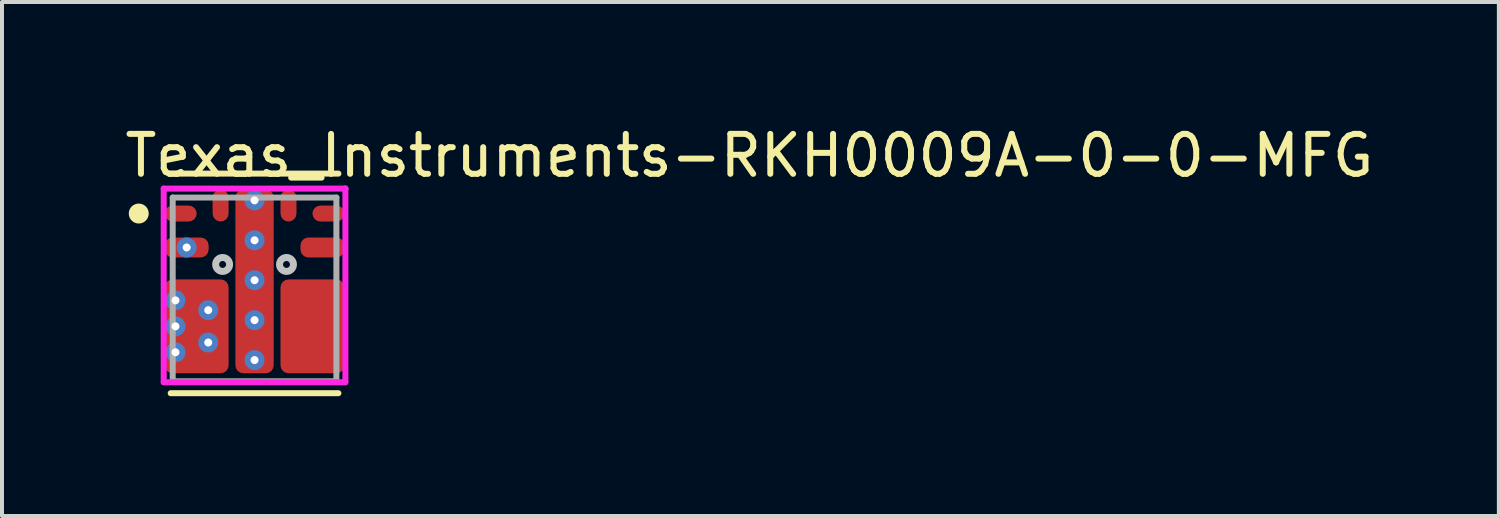
<source format=kicad_pcb>
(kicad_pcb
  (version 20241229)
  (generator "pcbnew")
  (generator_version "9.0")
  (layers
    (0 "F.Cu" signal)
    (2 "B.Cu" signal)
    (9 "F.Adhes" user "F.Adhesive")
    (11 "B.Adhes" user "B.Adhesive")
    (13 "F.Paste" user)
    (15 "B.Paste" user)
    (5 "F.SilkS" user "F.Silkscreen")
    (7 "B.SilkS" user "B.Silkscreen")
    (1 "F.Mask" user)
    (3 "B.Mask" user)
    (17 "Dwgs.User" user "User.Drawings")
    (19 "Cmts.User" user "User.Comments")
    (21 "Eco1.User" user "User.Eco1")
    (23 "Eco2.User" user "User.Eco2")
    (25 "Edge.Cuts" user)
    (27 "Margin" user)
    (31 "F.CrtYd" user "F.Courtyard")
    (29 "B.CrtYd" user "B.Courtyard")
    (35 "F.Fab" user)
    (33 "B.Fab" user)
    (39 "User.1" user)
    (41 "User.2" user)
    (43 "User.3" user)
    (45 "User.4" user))
  (footprint "Texas_Instruments-RKH0009A-0-0-MFG"
    (layer "F.Cu")
    (at 3.325 4.198)
    (property "Reference" "Texas_Instruments-RKH0009A-0-0-MFG" (at -3.325 -3.35 0) (layer "F.SilkS") (effects (font (size 1 1) (thickness 0.15)) (justify left)))
    (attr through_hole)
    (fp_line (start -2.1 2.6) (end 2.1 2.6) (stroke (width 0.15) (type solid)) (layer "F.SilkS"))
    (fp_line (start 2.1 -2.9) (end -2.1 -2.9) (stroke (width 0.15) (type solid)) (layer "F.SilkS"))
    (fp_circle (center -2.9 -1.9) (end -2.775 -1.9) (stroke (width 0.25) (type solid)) (fill no) (layer "F.SilkS"))
    (fp_circle (center -0.8 -0.625) (end -0.713 -0.625) (stroke (width 0.175) (type solid)) (fill no) (layer "Dwgs.User"))
    (fp_circle (center 0.8 -0.625) (end 0.887 -0.625) (stroke (width 0.175) (type solid)) (fill no) (layer "Dwgs.User"))
    (fp_line (start -2.275 -2.525) (end -2.275 2.325) (stroke (width 0.15) (type solid)) (layer "F.CrtYd"))
    (fp_line (start -2.275 2.325) (end 2.275 2.325) (stroke (width 0.15) (type solid)) (layer "F.CrtYd"))
    (fp_line (start 2.275 -2.525) (end -2.275 -2.525) (stroke (width 0.15) (type solid)) (layer "F.CrtYd"))
    (fp_line (start 2.275 -2.525) (end 2.275 -2.525) (stroke (width 0.15) (type solid)) (layer "F.CrtYd"))
    (fp_line (start 2.275 2.325) (end 2.275 -2.525) (stroke (width 0.15) (type solid)) (layer "F.CrtYd"))
    (fp_line (start -2.05 -2.3) (end 2.05 -2.3) (stroke (width 0.15) (type solid)) (layer "F.Fab"))
    (fp_line (start -2.05 2.3) (end -2.05 -2.3) (stroke (width 0.15) (type solid)) (layer "F.Fab"))
    (fp_line (start 2.05 -2.3) (end 2.05 2.3) (stroke (width 0.15) (type solid)) (layer "F.Fab"))
    (fp_line (start 2.05 2.3) (end -2.05 2.3) (stroke (width 0.15) (type solid)) (layer "F.Fab"))
    (pad "" smd custom (at -2.038 0.6) (size 0.2 0.2) (layers "F.Mask") (options (anchor circle)) (primitives (gr_poly (pts (xy -0.113 -0.8) (xy -0.113 -0.8) (xy -0.116 -0.8) (xy -0.12 -0.799) (xy -0.124 -0.799) (xy -0.128 -0.798) (xy -0.132 -0.796) (xy -0.135 -0.795) (xy -0.139 -0.793) (xy -0.142 -0.79) (xy -0.145 -0.788) (xy -0.148 -0.785) (xy -0.151 -0.782) (xy -0.153 -0.779) (xy -0.155 -0.776) (xy -0.157 -0.773) (xy -0.159 -0.769) (xy -0.16 -0.765) (xy -0.161 -0.762) (xy -0.162 -0.758) (xy -0.162 -0.754) (xy -0.163 -0.75) (xy -0.163 -0.55) (xy -0.162 -0.546) (xy -0.162 -0.542) (xy -0.161 -0.538) (xy -0.16 -0.535) (xy -0.159 -0.531) (xy -0.157 -0.527) (xy -0.155 -0.524) (xy -0.153 -0.521) (xy -0.151 -0.518) (xy -0.148 -0.515) (xy -0.145 -0.512) (xy -0.142 -0.51) (xy -0.139 -0.507) (xy -0.135 -0.505) (xy -0.132 -0.504) (xy -0.128 -0.502) (xy -0.124 -0.501) (xy -0.12 -0.501) (xy -0.116 -0.5) (xy -0.113 -0.5) (xy 0.163 -0.5) (xy 0.166 -0.5) (xy 0.17 -0.499) (xy 0.174 -0.499) (xy 0.178 -0.498) (xy 0.182 -0.496) (xy 0.185 -0.495) (xy 0.189 -0.493) (xy 0.192 -0.49) (xy 0.195 -0.488) (xy 0.198 -0.485) (xy 0.201 -0.482) (xy 0.203 -0.479) (xy 0.205 -0.476) (xy 0.207 -0.473) (xy 0.209 -0.469) (xy 0.21 -0.465) (xy 0.211 -0.462) (xy 0.212 -0.458) (xy 0.212 -0.454) (xy 0.212 -0.45) (xy 0.212 -0.2) (xy 0.212 -0.196) (xy 0.212 -0.192) (xy 0.211 -0.188) (xy 0.21 -0.185) (xy 0.209 -0.181) (xy 0.207 -0.177) (xy 0.205 -0.174) (xy 0.203 -0.171) (xy 0.201 -0.168) (xy 0.198 -0.165) (xy 0.195 -0.162) (xy 0.192 -0.16) (xy 0.189 -0.157) (xy 0.185 -0.155) (xy 0.182 -0.154) (xy 0.178 -0.152) (xy 0.174 -0.151) (xy 0.17 -0.151) (xy 0.166 -0.15) (xy 0.163 -0.15) (xy -0.113 -0.15) (xy -0.116 -0.15) (xy -0.12 -0.149) (xy -0.124 -0.149) (xy -0.128 -0.148) (xy -0.132 -0.146) (xy -0.135 -0.145) (xy -0.139 -0.143) (xy -0.142 -0.14) (xy -0.145 -0.138) (xy -0.148 -0.135) (xy -0.151 -0.132) (xy -0.153 -0.129) (xy -0.155 -0.126) (xy -0.157 -0.123) (xy -0.159 -0.119) (xy -0.16 -0.115) (xy -0.161 -0.112) (xy -0.162 -0.108) (xy -0.162 -0.104) (xy -0.163 -0.1) (xy -0.163 0.1) (xy -0.162 0.104) (xy -0.162 0.108) (xy -0.161 0.112) (xy -0.16 0.115) (xy -0.159 0.119) (xy -0.157 0.123) (xy -0.155 0.126) (xy -0.153 0.129) (xy -0.151 0.132) (xy -0.148 0.135) (xy -0.145 0.138) (xy -0.142 0.14) (xy -0.139 0.143) (xy -0.135 0.145) (xy -0.132 0.146) (xy -0.128 0.148) (xy -0.124 0.149) (xy -0.12 0.149) (xy -0.116 0.15) (xy -0.113 0.15) (xy 0.163 0.15) (xy 0.166 0.15) (xy 0.17 0.151) (xy 0.174 0.151) (xy 0.178 0.152) (xy 0.182 0.154) (xy 0.185 0.155) (xy 0.189 0.157) (xy 0.192 0.16) (xy 0.195 0.162) (xy 0.198 0.165) (xy 0.201 0.168) (xy 0.203 0.171) (xy 0.205 0.174) (xy 0.207 0.177) (xy 0.209 0.181) (xy 0.21 0.185) (xy 0.211 0.188) (xy 0.212 0.192) (xy 0.212 0.196) (xy 0.212 0.2) (xy 0.212 0.45) (xy 0.212 0.454) (xy 0.212 0.458) (xy 0.211 0.462) (xy 0.21 0.465) (xy 0.209 0.469) (xy 0.207 0.473) (xy 0.205 0.476) (xy 0.203 0.479) (xy 0.201 0.482) (xy 0.198 0.485) (xy 0.195 0.488) (xy 0.192 0.49) (xy 0.189 0.493) (xy 0.185 0.495) (xy 0.182 0.496) (xy 0.178 0.498) (xy 0.174 0.499) (xy 0.17 0.499) (xy 0.166 0.5) (xy 0.163 0.5) (xy -0.113 0.5) (xy -0.116 0.5) (xy -0.12 0.501) (xy -0.124 0.501) (xy -0.128 0.502) (xy -0.132 0.504) (xy -0.135 0.505) (xy -0.139 0.507) (xy -0.142 0.51) (xy -0.145 0.512) (xy -0.148 0.515) (xy -0.151 0.518) (xy -0.153 0.521) (xy -0.155 0.524) (xy -0.157 0.527) (xy -0.159 0.531) (xy -0.16 0.535) (xy -0.161 0.538) (xy -0.162 0.542) (xy -0.162 0.546) (xy -0.163 0.55) (xy -0.163 0.75) (xy -0.162 0.754) (xy -0.162 0.758) (xy -0.161 0.762) (xy -0.16 0.765) (xy -0.159 0.769) (xy -0.157 0.773) (xy -0.155 0.776) (xy -0.153 0.779) (xy -0.151 0.782) (xy -0.148 0.785) (xy -0.145 0.788) (xy -0.142 0.79) (xy -0.139 0.793) (xy -0.135 0.795) (xy -0.132 0.796) (xy -0.128 0.798) (xy -0.124 0.799) (xy -0.12 0.799) (xy -0.116 0.8) (xy -0.113 0.8) (xy 0.163 0.8) (xy 0.166 0.8) (xy 0.17 0.801) (xy 0.174 0.801) (xy 0.178 0.802) (xy 0.182 0.804) (xy 0.185 0.805) (xy 0.189 0.807) (xy 0.192 0.81) (xy 0.195 0.812) (xy 0.198 0.815) (xy 0.201 0.818) (xy 0.203 0.821) (xy 0.205 0.824) (xy 0.207 0.827) (xy 0.209 0.831) (xy 0.21 0.835) (xy 0.211 0.838) (xy 0.212 0.842) (xy 0.212 0.846) (xy 0.212 0.85) (xy 0.212 1.1) (xy 0.212 1.104) (xy 0.212 1.108) (xy 0.211 1.112) (xy 0.21 1.115) (xy 0.209 1.119) (xy 0.207 1.123) (xy 0.205 1.126) (xy 0.203 1.129) (xy 0.201 1.132) (xy 0.198 1.135) (xy 0.195 1.138) (xy 0.192 1.14) (xy 0.189 1.143) (xy 0.185 1.145) (xy 0.182 1.146) (xy 0.178 1.148) (xy 0.174 1.149) (xy 0.17 1.149) (xy 0.166 1.15) (xy 0.163 1.15) (xy -0.113 1.15) (xy -0.116 1.15) (xy -0.12 1.151) (xy -0.124 1.151) (xy -0.128 1.152) (xy -0.132 1.154) (xy -0.135 1.155) (xy -0.139 1.157) (xy -0.142 1.16) (xy -0.145 1.162) (xy -0.148 1.165) (xy -0.151 1.168) (xy -0.153 1.171) (xy -0.155 1.174) (xy -0.157 1.177) (xy -0.159 1.181) (xy -0.16 1.185) (xy -0.161 1.188) (xy -0.162 1.192) (xy -0.162 1.196) (xy -0.163 1.2) (xy -0.162 1.4) (xy -0.162 1.404) (xy -0.162 1.408) (xy -0.161 1.412) (xy -0.16 1.415) (xy -0.159 1.419) (xy -0.157 1.423) (xy -0.155 1.426) (xy -0.153 1.429) (xy -0.151 1.432) (xy -0.148 1.435) (xy -0.145 1.438) (xy -0.142 1.44) (xy -0.139 1.443) (xy -0.135 1.445) (xy -0.132 1.446) (xy -0.128 1.448) (xy -0.124 1.449) (xy -0.12 1.449) (xy -0.116 1.45) (xy -0.113 1.45) (xy 1.288 1.45) (xy 1.291 1.45) (xy 1.295 1.449) (xy 1.299 1.449) (xy 1.303 1.448) (xy 1.307 1.446) (xy 1.31 1.445) (xy 1.314 1.443) (xy 1.317 1.44) (xy 1.32 1.438) (xy 1.323 1.435) (xy 1.326 1.432) (xy 1.328 1.429) (xy 1.33 1.426) (xy 1.332 1.423) (xy 1.334 1.419) (xy 1.335 1.415) (xy 1.336 1.412) (xy 1.337 1.408) (xy 1.337 1.404) (xy 1.337 1.4) (xy 1.337 -0.75) (xy 1.337 -0.754) (xy 1.337 -0.758) (xy 1.336 -0.762) (xy 1.335 -0.765) (xy 1.334 -0.769) (xy 1.332 -0.773) (xy 1.33 -0.776) (xy 1.328 -0.779) (xy 1.326 -0.782) (xy 1.323 -0.785) (xy 1.32 -0.788) (xy 1.317 -0.79) (xy 1.314 -0.793) (xy 1.31 -0.795) (xy 1.307 -0.796) (xy 1.303 -0.798) (xy 1.299 -0.799) (xy 1.295 -0.799) (xy 1.291 -0.8) (xy 1.288 -0.8) (xy -0.113 -0.8)) (width 0) (fill yes))))
    (pad "" smd roundrect (at -2.013 -0.05) (size 0.375 0.3) (layers "F.Paste") (roundrect_rratio 0.333))
    (pad "" smd roundrect (at -2.013 0.6) (size 0.375 0.3) (layers "F.Paste") (roundrect_rratio 0.333))
    (pad "" smd roundrect (at -2.013 1.25) (size 0.375 0.3) (layers "F.Paste") (roundrect_rratio 0.333))
    (pad "" smd roundrect (at -2.013 1.9) (size 0.375 0.3) (layers "F.Paste") (roundrect_rratio 0.333))
    (pad "" smd roundrect (at -1.85 -1.9) (size 0.7 0.3) (layers "F.Mask" "F.Paste") (roundrect_rratio 0.333))
    (pad "" smd roundrect (at -1.7 -1.05) (size 1 0.4) (layers "F.Mask" "F.Paste") (roundrect_rratio 0.25))
    (pad "" smd roundrect (at -1.165 0.115) (size 0.92 0.61) (layers "F.Paste") (roundrect_rratio 0.164))
    (pad "" smd roundrect (at -1.165 0.925) (size 0.92 0.61) (layers "F.Paste") (roundrect_rratio 0.164))
    (pad "" smd roundrect (at -1.165 1.735) (size 0.92 0.61) (layers "F.Paste") (roundrect_rratio 0.164))
    (pad "" smd roundrect (at -0.85 -2.1) (size 0.3 0.7) (layers "F.Mask" "F.Paste") (roundrect_rratio 0.333))
    (pad "" smd roundrect (at 0 -1.95) (size 0.4 1) (layers "F.Mask" "F.Paste") (roundrect_rratio 0.25))
    (pad "" smd roundrect (at 0.85 -2.1) (size 0.3 0.7) (layers "F.Mask" "F.Paste") (roundrect_rratio 0.333))
    (pad "" smd roundrect (at 1.165 0.115) (size 0.92 0.61) (layers "F.Paste") (roundrect_rratio 0.164))
    (pad "" smd roundrect (at 1.165 0.925) (size 0.92 0.61) (layers "F.Paste") (roundrect_rratio 0.164))
    (pad "" smd roundrect (at 1.165 1.735) (size 0.92 0.61) (layers "F.Paste") (roundrect_rratio 0.164))
    (pad "" smd custom (at 1.274 0.95) (size 0.2 0.2) (layers "F.Mask") (options (anchor circle)) (primitives (gr_poly (pts (xy 0.876 -1.15) (xy -0.524 -1.15) (xy -0.528 -1.15) (xy -0.532 -1.149) (xy -0.536 -1.149) (xy -0.54 -1.148) (xy -0.544 -1.146) (xy -0.547 -1.145) (xy -0.551 -1.143) (xy -0.554 -1.14) (xy -0.557 -1.138) (xy -0.56 -1.135) (xy -0.562 -1.132) (xy -0.565 -1.129) (xy -0.567 -1.126) (xy -0.569 -1.123) (xy -0.571 -1.119) (xy -0.572 -1.115) (xy -0.573 -1.112) (xy -0.574 -1.108) (xy -0.574 -1.104) (xy -0.574 -1.1) (xy -0.574 1.05) (xy -0.574 1.054) (xy -0.574 1.058) (xy -0.573 1.062) (xy -0.572 1.065) (xy -0.571 1.069) (xy -0.569 1.073) (xy -0.567 1.076) (xy -0.565 1.079) (xy -0.562 1.082) (xy -0.56 1.085) (xy -0.557 1.088) (xy -0.554 1.09) (xy -0.551 1.093) (xy -0.547 1.095) (xy -0.544 1.096) (xy -0.54 1.098) (xy -0.536 1.099) (xy -0.532 1.099) (xy -0.528 1.1) (xy -0.524 1.1) (xy 0.876 1.1) (xy 0.879 1.1) (xy 0.883 1.099) (xy 0.887 1.099) (xy 0.891 1.098) (xy 0.895 1.096) (xy 0.898 1.095) (xy 0.902 1.093) (xy 0.905 1.09) (xy 0.908 1.088) (xy 0.911 1.085) (xy 0.914 1.082) (xy 0.916 1.079) (xy 0.918 1.076) (xy 0.92 1.073) (xy 0.922 1.069) (xy 0.923 1.065) (xy 0.924 1.062) (xy 0.925 1.058) (xy 0.925 1.054) (xy 0.926 1.05) (xy 0.926 0.85) (xy 0.925 0.846) (xy 0.925 0.842) (xy 0.924 0.838) (xy 0.923 0.835) (xy 0.922 0.831) (xy 0.92 0.827) (xy 0.918 0.824) (xy 0.916 0.821) (xy 0.914 0.818) (xy 0.911 0.815) (xy 0.908 0.812) (xy 0.905 0.81) (xy 0.902 0.807) (xy 0.898 0.805) (xy 0.895 0.804) (xy 0.891 0.802) (xy 0.887 0.801) (xy 0.883 0.801) (xy 0.879 0.8) (xy 0.876 0.8) (xy 0.601 0.8) (xy 0.597 0.8) (xy 0.593 0.799) (xy 0.589 0.799) (xy 0.585 0.798) (xy 0.581 0.796) (xy 0.578 0.795) (xy 0.574 0.793) (xy 0.571 0.79) (xy 0.568 0.788) (xy 0.565 0.785) (xy 0.563 0.782) (xy 0.56 0.779) (xy 0.558 0.776) (xy 0.556 0.773) (xy 0.554 0.769) (xy 0.553 0.765) (xy 0.552 0.762) (xy 0.551 0.758) (xy 0.551 0.754) (xy 0.551 0.75) (xy 0.551 0.5) (xy 0.551 0.496) (xy 0.551 0.492) (xy 0.552 0.488) (xy 0.553 0.485) (xy 0.554 0.481) (xy 0.556 0.477) (xy 0.558 0.474) (xy 0.56 0.471) (xy 0.563 0.468) (xy 0.565 0.465) (xy 0.568 0.462) (xy 0.571 0.46) (xy 0.574 0.457) (xy 0.578 0.455) (xy 0.581 0.454) (xy 0.585 0.452) (xy 0.589 0.451) (xy 0.593 0.451) (xy 0.597 0.45) (xy 0.601 0.45) (xy 0.876 0.45) (xy 0.879 0.45) (xy 0.883 0.449) (xy 0.887 0.449) (xy 0.891 0.448) (xy 0.895 0.446) (xy 0.898 0.445) (xy 0.902 0.443) (xy 0.905 0.44) (xy 0.908 0.438) (xy 0.911 0.435) (xy 0.914 0.432) (xy 0.916 0.429) (xy 0.918 0.426) (xy 0.92 0.423) (xy 0.922 0.419) (xy 0.923 0.415) (xy 0.924 0.412) (xy 0.925 0.408) (xy 0.925 0.404) (xy 0.926 0.4) (xy 0.926 0.2) (xy 0.925 0.196) (xy 0.925 0.192) (xy 0.924 0.188) (xy 0.923 0.185) (xy 0.922 0.181) (xy 0.92 0.177) (xy 0.918 0.174) (xy 0.916 0.171) (xy 0.914 0.168) (xy 0.911 0.165) (xy 0.908 0.162) (xy 0.905 0.16) (xy 0.902 0.157) (xy 0.898 0.155) (xy 0.895 0.154) (xy 0.891 0.152) (xy 0.887 0.151) (xy 0.883 0.151) (xy 0.879 0.15) (xy 0.876 0.15) (xy 0.601 0.15) (xy 0.597 0.15) (xy 0.593 0.149) (xy 0.589 0.149) (xy 0.585 0.148) (xy 0.581 0.146) (xy 0.578 0.145) (xy 0.574 0.143) (xy 0.571 0.14) (xy 0.568 0.138) (xy 0.565 0.135) (xy 0.563 0.132) (xy 0.56 0.129) (xy 0.558 0.126) (xy 0.556 0.123) (xy 0.554 0.119) (xy 0.553 0.115) (xy 0.552 0.112) (xy 0.551 0.108) (xy 0.551 0.104) (xy 0.551 0.1) (xy 0.551 -0.15) (xy 0.551 -0.154) (xy 0.551 -0.158) (xy 0.552 -0.162) (xy 0.553 -0.165) (xy 0.554 -0.169) (xy 0.556 -0.173) (xy 0.558 -0.176) (xy 0.56 -0.179) (xy 0.563 -0.182) (xy 0.565 -0.185) (xy 0.568 -0.188) (xy 0.571 -0.19) (xy 0.574 -0.193) (xy 0.578 -0.195) (xy 0.581 -0.196) (xy 0.585 -0.198) (xy 0.589 -0.199) (xy 0.593 -0.199) (xy 0.597 -0.2) (xy 0.601 -0.2) (xy 0.876 -0.2) (xy 0.879 -0.2) (xy 0.883 -0.201) (xy 0.887 -0.201) (xy 0.891 -0.202) (xy 0.895 -0.204) (xy 0.898 -0.205) (xy 0.902 -0.207) (xy 0.905 -0.21) (xy 0.908 -0.212) (xy 0.911 -0.215) (xy 0.914 -0.218) (xy 0.916 -0.221) (xy 0.918 -0.224) (xy 0.92 -0.227) (xy 0.922 -0.231) (xy 0.923 -0.235) (xy 0.924 -0.238) (xy 0.925 -0.242) (xy 0.925 -0.246) (xy 0.926 -0.25) (xy 0.926 -0.45) (xy 0.925 -0.454) (xy 0.925 -0.458) (xy 0.924 -0.462) (xy 0.923 -0.465) (xy 0.922 -0.469) (xy 0.92 -0.473) (xy 0.918 -0.476) (xy 0.916 -0.479) (xy 0.914 -0.482) (xy 0.911 -0.485) (xy 0.908 -0.488) (xy 0.905 -0.49) (xy 0.902 -0.493) (xy 0.898 -0.495) (xy 0.895 -0.496) (xy 0.891 -0.498) (xy 0.887 -0.499) (xy 0.883 -0.499) (xy 0.879 -0.5) (xy 0.876 -0.5) (xy 0.601 -0.5) (xy 0.597 -0.5) (xy 0.593 -0.501) (xy 0.589 -0.501) (xy 0.585 -0.502) (xy 0.581 -0.504) (xy 0.578 -0.505) (xy 0.574 -0.507) (xy 0.571 -0.51) (xy 0.568 -0.512) (xy 0.565 -0.515) (xy 0.563 -0.518) (xy 0.56 -0.521) (xy 0.558 -0.524) (xy 0.556 -0.527) (xy 0.554 -0.531) (xy 0.553 -0.535) (xy 0.552 -0.538) (xy 0.551 -0.542) (xy 0.551 -0.546) (xy 0.551 -0.55) (xy 0.551 -0.8) (xy 0.551 -0.804) (xy 0.551 -0.808) (xy 0.552 -0.812) (xy 0.553 -0.815) (xy 0.554 -0.819) (xy 0.556 -0.823) (xy 0.558 -0.826) (xy 0.56 -0.829) (xy 0.563 -0.832) (xy 0.565 -0.835) (xy 0.568 -0.838) (xy 0.571 -0.84) (xy 0.574 -0.843) (xy 0.578 -0.845) (xy 0.581 -0.846) (xy 0.585 -0.848) (xy 0.589 -0.849) (xy 0.593 -0.849) (xy 0.597 -0.85) (xy 0.601 -0.85) (xy 0.876 -0.85) (xy 0.879 -0.85) (xy 0.883 -0.851) (xy 0.887 -0.851) (xy 0.891 -0.852) (xy 0.895 -0.854) (xy 0.898 -0.855) (xy 0.902 -0.857) (xy 0.905 -0.86) (xy 0.908 -0.862) (xy 0.911 -0.865) (xy 0.914 -0.868) (xy 0.916 -0.871) (xy 0.918 -0.874) (xy 0.92 -0.877) (xy 0.922 -0.881) (xy 0.923 -0.885) (xy 0.924 -0.888) (xy 0.925 -0.892) (xy 0.925 -0.896) (xy 0.926 -0.9) (xy 0.926 -1.1) (xy 0.925 -1.104) (xy 0.925 -1.108) (xy 0.924 -1.112) (xy 0.923 -1.115) (xy 0.922 -1.119) (xy 0.92 -1.123) (xy 0.918 -1.126) (xy 0.916 -1.129) (xy 0.914 -1.132) (xy 0.911 -1.135) (xy 0.908 -1.138) (xy 0.905 -1.14) (xy 0.902 -1.143) (xy 0.898 -1.145) (xy 0.895 -1.146) (xy 0.891 -1.148) (xy 0.887 -1.149) (xy 0.883 -1.149) (xy 0.879 -1.15) (xy 0.876 -1.15) (xy 0.876 -1.15)) (width 0) (fill yes))))
    (pad "" smd roundrect (at 1.7 -1.05) (size 1 0.4) (layers "F.Mask" "F.Paste") (roundrect_rratio 0.25))
    (pad "" smd roundrect (at 1.85 -1.9) (size 0.7 0.3) (layers "F.Mask" "F.Paste") (roundrect_rratio 0.333))
    (pad "" smd roundrect (at 2.013 -0.05) (size 0.375 0.3) (layers "F.Paste") (roundrect_rratio 0.333))
    (pad "" smd roundrect (at 2.013 0.6) (size 0.375 0.3) (layers "F.Paste") (roundrect_rratio 0.333))
    (pad "" smd roundrect (at 2.013 1.25) (size 0.375 0.3) (layers "F.Paste") (roundrect_rratio 0.333))
    (pad "" smd roundrect (at 2.013 1.9) (size 0.375 0.3) (layers "F.Paste") (roundrect_rratio 0.333))
    (pad "1" smd roundrect (at -1.85 -1.9) (size 0.8 0.4) (layers "F.Cu") (roundrect_rratio 0.5))
    (pad "2" smd roundrect (at -1.7 -1.05) (size 1.1 0.5) (layers "F.Cu") (roundrect_rratio 0.4))
    (pad "3" smd roundrect (at -1.45 0.925) (size 1.6 2.35) (layers "F.Cu") (roundrect_rratio 0.125))
    (pad "4" smd roundrect (at 1.45 0.925) (size 1.6 2.35) (layers "F.Cu") (roundrect_rratio 0.125))
    (pad "5" smd roundrect (at 1.7 -1.05) (size 1.1 0.5) (layers "F.Cu") (roundrect_rratio 0.4))
    (pad "6" smd roundrect (at 1.85 -1.9) (size 0.8 0.4) (layers "F.Cu") (roundrect_rratio 0.5))
    (pad "7" smd roundrect (at 0.85 -2.1) (size 0.4 0.8) (layers "F.Cu") (roundrect_rratio 0.5))
    (pad "8" smd roundrect (at 0 -0.2) (size 0.96 4.6) (layers "F.Cu") (roundrect_rratio 0.208))
    (pad "9" smd roundrect (at -0.85 -2.1) (size 0.4 0.8) (layers "F.Cu") (roundrect_rratio 0.5))
    (pad "~" thru_hole circle (at -1.98 0.275) (size 0.5 0.5) (drill 0.2) (layers "*.Cu"))
    (pad "~" thru_hole circle (at -1.98 0.925) (size 0.5 0.5) (drill 0.2) (layers "*.Cu"))
    (pad "~" thru_hole circle (at -1.98 1.575) (size 0.5 0.5) (drill 0.2) (layers "*.Cu"))
    (pad "~" thru_hole circle (at -1.7 -1.05) (size 0.5 0.5) (drill 0.2) (layers "*.Cu"))
    (pad "~" thru_hole circle (at -1.16 0.52) (size 0.5 0.5) (drill 0.2) (layers "*.Cu"))
    (pad "~" thru_hole circle (at -1.16 1.33) (size 0.5 0.5) (drill 0.2) (layers "*.Cu"))
    (pad "~" thru_hole circle (at 0 -2.23) (size 0.5 0.5) (drill 0.2) (layers "*.Cu"))
    (pad "~" thru_hole circle (at 0 -1.23) (size 0.5 0.5) (drill 0.2) (layers "*.Cu"))
    (pad "~" thru_hole circle (at 0 -0.23) (size 0.5 0.5) (drill 0.2) (layers "*.Cu"))
    (pad "~" thru_hole circle (at 0 0.77) (size 0.5 0.5) (drill 0.2) (layers "*.Cu"))
    (pad "~" thru_hole circle (at 0 1.77) (size 0.5 0.5) (drill 0.2) (layers "*.Cu")))
  (gr_rect
    (start -3 -3)
    (end 34.488 9.873)
    (stroke (width 0.1) (type default))
    (fill no)
    (layer "Edge.Cuts")))
</source>
